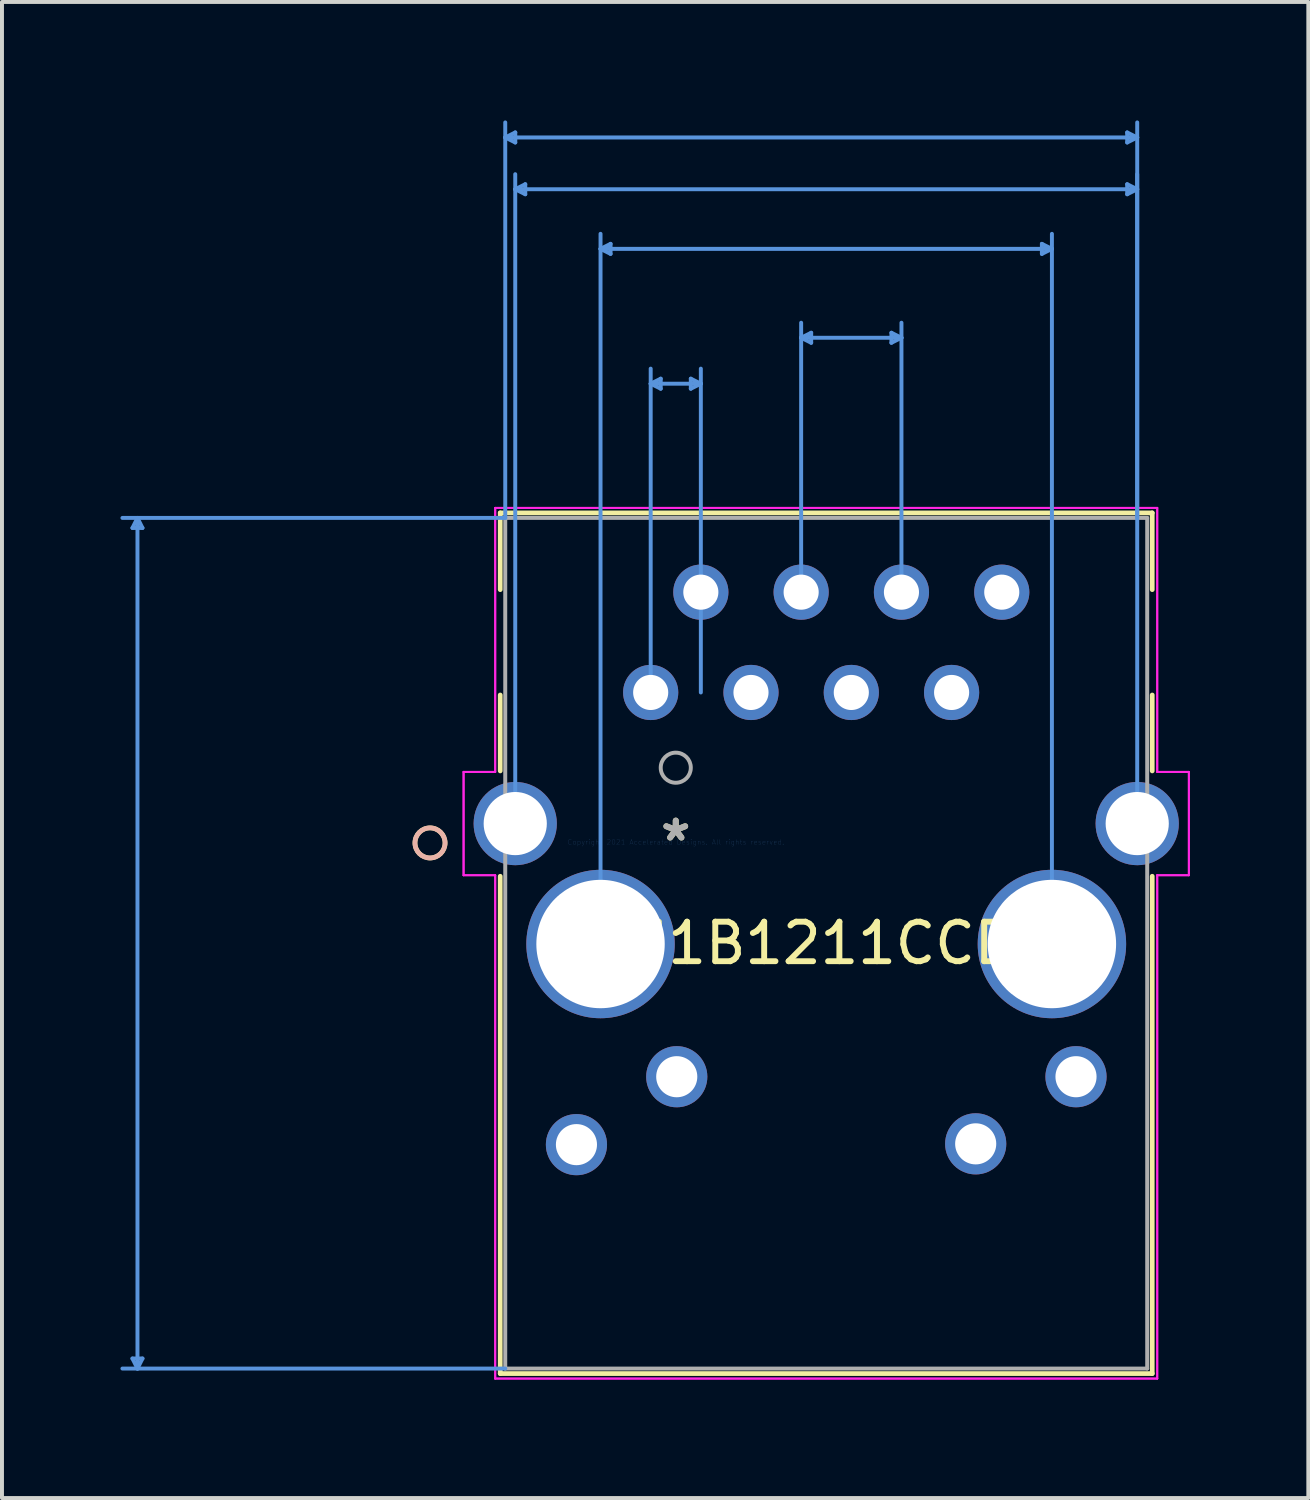
<source format=kicad_pcb>
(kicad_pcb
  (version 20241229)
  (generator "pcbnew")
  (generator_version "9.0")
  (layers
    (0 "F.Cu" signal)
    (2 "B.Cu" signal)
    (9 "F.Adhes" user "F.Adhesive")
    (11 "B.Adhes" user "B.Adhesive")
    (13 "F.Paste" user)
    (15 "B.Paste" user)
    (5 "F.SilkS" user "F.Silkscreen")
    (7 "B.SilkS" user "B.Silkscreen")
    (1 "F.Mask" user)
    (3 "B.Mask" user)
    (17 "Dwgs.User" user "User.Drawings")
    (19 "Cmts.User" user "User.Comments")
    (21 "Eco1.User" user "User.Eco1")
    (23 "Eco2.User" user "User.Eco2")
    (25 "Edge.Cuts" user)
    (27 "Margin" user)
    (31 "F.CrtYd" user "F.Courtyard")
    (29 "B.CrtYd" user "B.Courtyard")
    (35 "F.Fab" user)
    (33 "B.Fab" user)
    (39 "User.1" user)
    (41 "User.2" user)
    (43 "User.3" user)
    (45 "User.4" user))
  (footprint "J1B1211CCD"
    (layer "F.Cu")
    (at 14.062 18.275)
    (property "Reference" "J1B1211CCD" (at 3.81 2.56 0) (layer "F.SilkS") (effects (font (size 1 1) (thickness 0.15))))
    (attr through_hole)
    (fp_line (start -4.445 -8.337) (end -4.445 -6.394) (stroke (width 0.12) (type solid)) (layer "F.SilkS"))
    (fp_line (start -4.445 -3.726) (end -4.445 -1.804) (stroke (width 0.12) (type solid)) (layer "F.SilkS"))
    (fp_line (start -4.445 0.864) (end -4.445 13.457) (stroke (width 0.12) (type solid)) (layer "F.SilkS"))
    (fp_line (start -4.445 13.457) (end 12.065 13.457) (stroke (width 0.12) (type solid)) (layer "F.SilkS"))
    (fp_line (start 12.065 -8.337) (end -4.445 -8.337) (stroke (width 0.12) (type solid)) (layer "F.SilkS"))
    (fp_line (start 12.065 -6.394) (end 12.065 -8.337) (stroke (width 0.12) (type solid)) (layer "F.SilkS"))
    (fp_line (start 12.065 -1.804) (end 12.065 -3.726) (stroke (width 0.12) (type solid)) (layer "F.SilkS"))
    (fp_line (start 12.065 13.457) (end 12.065 0.864) (stroke (width 0.12) (type solid)) (layer "F.SilkS"))
    (fp_circle (center -6.223 0.02) (end -5.842 0.02) (stroke (width 0.12) (type solid)) (fill no) (layer "F.SilkS"))
    (fp_circle (center -6.223 0.02) (end -5.842 0.02) (stroke (width 0.12) (type solid)) (fill no) (layer "B.SilkS"))
    (fp_line (start -13.758 13.076) (end -13.631 13.33) (stroke (width 0.1) (type solid)) (layer "Cmts.User"))
    (fp_line (start -13.758 -7.956) (end -13.631 -8.21) (stroke (width 0.1) (type solid)) (layer "Cmts.User"))
    (fp_line (start -13.758 -7.956) (end -13.504 -7.956) (stroke (width 0.1) (type solid)) (layer "Cmts.User"))
    (fp_line (start -13.631 -8.21) (end -13.631 13.33) (stroke (width 0.1) (type solid)) (layer "Cmts.User"))
    (fp_line (start -13.504 13.076) (end -13.758 13.076) (stroke (width 0.1) (type solid)) (layer "Cmts.User"))
    (fp_line (start -13.504 13.076) (end -13.631 13.33) (stroke (width 0.1) (type solid)) (layer "Cmts.User"))
    (fp_line (start -13.504 -7.956) (end -13.631 -8.21) (stroke (width 0.1) (type solid)) (layer "Cmts.User"))
    (fp_line (start -4.318 -17.844) (end 11.685 -17.844) (stroke (width 0.1) (type solid)) (layer "Cmts.User"))
    (fp_line (start -4.318 -8.21) (end -14.012 -8.21) (stroke (width 0.1) (type solid)) (layer "Cmts.User"))
    (fp_line (start -4.318 -8.21) (end -4.318 -18.225) (stroke (width 0.1) (type solid)) (layer "Cmts.User"))
    (fp_line (start -4.318 13.33) (end -14.012 13.33) (stroke (width 0.1) (type solid)) (layer "Cmts.User"))
    (fp_line (start -4.065 -16.533) (end 11.685 -16.533) (stroke (width 0.1) (type solid)) (layer "Cmts.User"))
    (fp_line (start -4.065 -0.47) (end -4.065 -16.914) (stroke (width 0.1) (type solid)) (layer "Cmts.User"))
    (fp_line (start -4.064 -17.971) (end -4.318 -17.844) (stroke (width 0.1) (type solid)) (layer "Cmts.User"))
    (fp_line (start -4.064 -17.717) (end -4.318 -17.844) (stroke (width 0.1) (type solid)) (layer "Cmts.User"))
    (fp_line (start -4.064 -17.717) (end -4.064 -17.971) (stroke (width 0.1) (type solid)) (layer "Cmts.User"))
    (fp_line (start -3.811 -16.406) (end -4.065 -16.533) (stroke (width 0.1) (type solid)) (layer "Cmts.User"))
    (fp_line (start -3.811 -16.406) (end -3.811 -16.66) (stroke (width 0.1) (type solid)) (layer "Cmts.User"))
    (fp_line (start -3.811 -16.66) (end -4.065 -16.533) (stroke (width 0.1) (type solid)) (layer "Cmts.User"))
    (fp_line (start -1.905 -15.023) (end 9.525 -15.023) (stroke (width 0.1) (type solid)) (layer "Cmts.User"))
    (fp_line (start -1.905 2.58) (end -1.905 -15.404) (stroke (width 0.1) (type solid)) (layer "Cmts.User"))
    (fp_line (start -1.651 -15.15) (end -1.905 -15.023) (stroke (width 0.1) (type solid)) (layer "Cmts.User"))
    (fp_line (start -1.651 -14.896) (end -1.905 -15.023) (stroke (width 0.1) (type solid)) (layer "Cmts.User"))
    (fp_line (start -1.651 -14.896) (end -1.651 -15.15) (stroke (width 0.1) (type solid)) (layer "Cmts.User"))
    (fp_line (start -0.635 -11.609) (end 0.635 -11.609) (stroke (width 0.1) (type solid)) (layer "Cmts.User"))
    (fp_line (start -0.635 -3.79) (end -0.635 -11.99) (stroke (width 0.1) (type solid)) (layer "Cmts.User"))
    (fp_line (start -0.381 -11.736) (end -0.635 -11.609) (stroke (width 0.1) (type solid)) (layer "Cmts.User"))
    (fp_line (start -0.381 -11.482) (end -0.635 -11.609) (stroke (width 0.1) (type solid)) (layer "Cmts.User"))
    (fp_line (start -0.381 -11.482) (end -0.381 -11.736) (stroke (width 0.1) (type solid)) (layer "Cmts.User"))
    (fp_line (start 0.381 -11.482) (end 0.635 -11.609) (stroke (width 0.1) (type solid)) (layer "Cmts.User"))
    (fp_line (start 0.381 -11.736) (end 0.381 -11.482) (stroke (width 0.1) (type solid)) (layer "Cmts.User"))
    (fp_line (start 0.381 -11.736) (end 0.635 -11.609) (stroke (width 0.1) (type solid)) (layer "Cmts.User"))
    (fp_line (start 0.635 -3.79) (end 0.635 -11.99) (stroke (width 0.1) (type solid)) (layer "Cmts.User"))
    (fp_line (start 3.175 -12.772) (end 5.715 -12.772) (stroke (width 0.1) (type solid)) (layer "Cmts.User"))
    (fp_line (start 3.175 -6.33) (end 3.175 -13.153) (stroke (width 0.1) (type solid)) (layer "Cmts.User"))
    (fp_line (start 3.429 -12.899) (end 3.175 -12.772) (stroke (width 0.1) (type solid)) (layer "Cmts.User"))
    (fp_line (start 3.429 -12.645) (end 3.175 -12.772) (stroke (width 0.1) (type solid)) (layer "Cmts.User"))
    (fp_line (start 3.429 -12.645) (end 3.429 -12.899) (stroke (width 0.1) (type solid)) (layer "Cmts.User"))
    (fp_line (start 5.461 -12.645) (end 5.715 -12.772) (stroke (width 0.1) (type solid)) (layer "Cmts.User"))
    (fp_line (start 5.461 -12.899) (end 5.461 -12.645) (stroke (width 0.1) (type solid)) (layer "Cmts.User"))
    (fp_line (start 5.461 -12.899) (end 5.715 -12.772) (stroke (width 0.1) (type solid)) (layer "Cmts.User"))
    (fp_line (start 5.715 -6.33) (end 5.715 -13.153) (stroke (width 0.1) (type solid)) (layer "Cmts.User"))
    (fp_line (start 9.271 -14.896) (end 9.525 -15.023) (stroke (width 0.1) (type solid)) (layer "Cmts.User"))
    (fp_line (start 9.271 -15.15) (end 9.271 -14.896) (stroke (width 0.1) (type solid)) (layer "Cmts.User"))
    (fp_line (start 9.271 -15.15) (end 9.525 -15.023) (stroke (width 0.1) (type solid)) (layer "Cmts.User"))
    (fp_line (start 9.525 2.58) (end 9.525 -15.404) (stroke (width 0.1) (type solid)) (layer "Cmts.User"))
    (fp_line (start 11.431 -16.406) (end 11.685 -16.533) (stroke (width 0.1) (type solid)) (layer "Cmts.User"))
    (fp_line (start 11.431 -16.66) (end 11.431 -16.406) (stroke (width 0.1) (type solid)) (layer "Cmts.User"))
    (fp_line (start 11.431 -16.66) (end 11.685 -16.533) (stroke (width 0.1) (type solid)) (layer "Cmts.User"))
    (fp_line (start 11.431 -17.971) (end 11.431 -17.717) (stroke (width 0.1) (type solid)) (layer "Cmts.User"))
    (fp_line (start 11.431 -17.971) (end 11.685 -17.844) (stroke (width 0.1) (type solid)) (layer "Cmts.User"))
    (fp_line (start 11.431 -17.717) (end 11.685 -17.844) (stroke (width 0.1) (type solid)) (layer "Cmts.User"))
    (fp_line (start 11.685 -0.47) (end 11.685 -16.914) (stroke (width 0.1) (type solid)) (layer "Cmts.User"))
    (fp_line (start 11.685 -8.21) (end 11.685 -18.225) (stroke (width 0.1) (type solid)) (layer "Cmts.User"))
    (fp_line (start -5.373 -1.778) (end -5.373 0.838) (stroke (width 0.05) (type solid)) (layer "F.CrtYd"))
    (fp_line (start -5.373 -1.778) (end -5.373 0.838) (stroke (width 0.05) (type solid)) (layer "F.CrtYd"))
    (fp_line (start -5.373 0.838) (end -4.572 0.838) (stroke (width 0.05) (type solid)) (layer "F.CrtYd"))
    (fp_line (start -5.373 0.838) (end -4.572 0.838) (stroke (width 0.05) (type solid)) (layer "F.CrtYd"))
    (fp_line (start -4.572 -8.464) (end -4.572 -1.778) (stroke (width 0.05) (type solid)) (layer "F.CrtYd"))
    (fp_line (start -4.572 -8.464) (end -4.572 -1.778) (stroke (width 0.05) (type solid)) (layer "F.CrtYd"))
    (fp_line (start -4.572 -1.778) (end -5.373 -1.778) (stroke (width 0.05) (type solid)) (layer "F.CrtYd"))
    (fp_line (start -4.572 -1.778) (end -5.373 -1.778) (stroke (width 0.05) (type solid)) (layer "F.CrtYd"))
    (fp_line (start -4.572 0.838) (end -4.572 13.584) (stroke (width 0.05) (type solid)) (layer "F.CrtYd"))
    (fp_line (start -4.572 0.838) (end -4.572 13.584) (stroke (width 0.05) (type solid)) (layer "F.CrtYd"))
    (fp_line (start -4.572 13.584) (end 12.192 13.584) (stroke (width 0.05) (type solid)) (layer "F.CrtYd"))
    (fp_line (start -4.572 13.584) (end 12.192 13.584) (stroke (width 0.05) (type solid)) (layer "F.CrtYd"))
    (fp_line (start 12.192 -8.464) (end -4.572 -8.464) (stroke (width 0.05) (type solid)) (layer "F.CrtYd"))
    (fp_line (start 12.192 -8.464) (end -4.572 -8.464) (stroke (width 0.05) (type solid)) (layer "F.CrtYd"))
    (fp_line (start 12.192 -1.778) (end 12.192 -8.464) (stroke (width 0.05) (type solid)) (layer "F.CrtYd"))
    (fp_line (start 12.192 -1.778) (end 12.192 -8.464) (stroke (width 0.05) (type solid)) (layer "F.CrtYd"))
    (fp_line (start 12.192 0.838) (end 12.993 0.838) (stroke (width 0.05) (type solid)) (layer "F.CrtYd"))
    (fp_line (start 12.192 0.838) (end 12.993 0.838) (stroke (width 0.05) (type solid)) (layer "F.CrtYd"))
    (fp_line (start 12.192 13.584) (end 12.192 0.838) (stroke (width 0.05) (type solid)) (layer "F.CrtYd"))
    (fp_line (start 12.192 13.584) (end 12.192 0.838) (stroke (width 0.05) (type solid)) (layer "F.CrtYd"))
    (fp_line (start 12.993 -1.778) (end 12.192 -1.778) (stroke (width 0.05) (type solid)) (layer "F.CrtYd"))
    (fp_line (start 12.993 -1.778) (end 12.192 -1.778) (stroke (width 0.05) (type solid)) (layer "F.CrtYd"))
    (fp_line (start 12.993 0.838) (end 12.993 -1.778) (stroke (width 0.05) (type solid)) (layer "F.CrtYd"))
    (fp_line (start 12.993 0.838) (end 12.993 -1.778) (stroke (width 0.05) (type solid)) (layer "F.CrtYd"))
    (fp_line (start -4.318 -8.21) (end -4.318 13.33) (stroke (width 0.1) (type solid)) (layer "F.Fab"))
    (fp_line (start -4.318 13.33) (end 11.938 13.33) (stroke (width 0.1) (type solid)) (layer "F.Fab"))
    (fp_line (start 11.938 -8.21) (end -4.318 -8.21) (stroke (width 0.1) (type solid)) (layer "F.Fab"))
    (fp_line (start 11.938 13.33) (end 11.938 -8.21) (stroke (width 0.1) (type solid)) (layer "F.Fab"))
    (fp_circle (center 0 -1.885) (end 0.381 -1.885) (stroke (width 0.1) (type solid)) (fill no) (layer "F.Fab"))
    (fp_text user "*" (at 0 0 0) (layer "F.SilkS") (effects (font (size 1 1) (thickness 0.15))))
    (fp_text user "Copyright 2021 Accelerated Designs. All rights reserved." (at 0 0 0) (layer "Cmts.User") (effects (font (size 0.127 0.127) (thickness 0.002))))
    (fp_text user "*" (at 0 0 0) (layer "F.Fab") (effects (font (size 1 1) (thickness 0.15))))
    (pad "1" thru_hole circle (at -0.635 -3.79) (size 1.397 1.397) (drill 0.889) (layers "*.Cu" "*.Mask"))
    (pad "2" thru_hole circle (at 0.635 -6.33) (size 1.397 1.397) (drill 0.889) (layers "*.Cu" "*.Mask"))
    (pad "3" thru_hole circle (at 1.905 -3.79) (size 1.397 1.397) (drill 0.889) (layers "*.Cu" "*.Mask"))
    (pad "4" thru_hole circle (at 3.175 -6.33) (size 1.397 1.397) (drill 0.889) (layers "*.Cu" "*.Mask"))
    (pad "5" thru_hole circle (at 4.445 -3.79) (size 1.397 1.397) (drill 0.889) (layers "*.Cu" "*.Mask"))
    (pad "6" thru_hole circle (at 5.715 -6.33) (size 1.397 1.397) (drill 0.889) (layers "*.Cu" "*.Mask"))
    (pad "7" thru_hole circle (at 6.985 -3.79) (size 1.397 1.397) (drill 0.889) (layers "*.Cu" "*.Mask"))
    (pad "8" thru_hole circle (at 8.255 -6.33) (size 1.397 1.397) (drill 0.889) (layers "*.Cu" "*.Mask"))
    (pad "9" thru_hole circle (at -2.515 7.66) (size 1.549 1.549) (drill 1.041) (layers "*.Cu" "*.Mask"))
    (pad "10" thru_hole circle (at 0.025 5.94) (size 1.549 1.549) (drill 1.041) (layers "*.Cu" "*.Mask"))
    (pad "11" thru_hole circle (at 7.595 7.64) (size 1.549 1.549) (drill 1.041) (layers "*.Cu" "*.Mask"))
    (pad "12" thru_hole circle (at 10.135 5.94) (size 1.549 1.549) (drill 1.041) (layers "*.Cu" "*.Mask"))
    (pad "13" thru_hole circle (at -4.065 -0.47 90) (size 2.108 2.108) (drill 1.6) (layers "*.Cu" "*.Mask"))
    (pad "14" thru_hole circle (at -1.905 2.58 90) (size 3.759 3.759) (drill 3.251) (layers "*.Cu" "*.Mask"))
    (pad "15" thru_hole circle (at 9.525 2.58 90) (size 3.759 3.759) (drill 3.251) (layers "*.Cu" "*.Mask"))
    (pad "16" thru_hole circle (at 11.685 -0.47 90) (size 2.108 2.108) (drill 1.6) (layers "*.Cu" "*.Mask")))
  (gr_rect
    (start -3 -3)
    (end 30.08 34.884)
    (stroke (width 0.1) (type default))
    (fill no)
    (layer "Edge.Cuts")))
</source>
